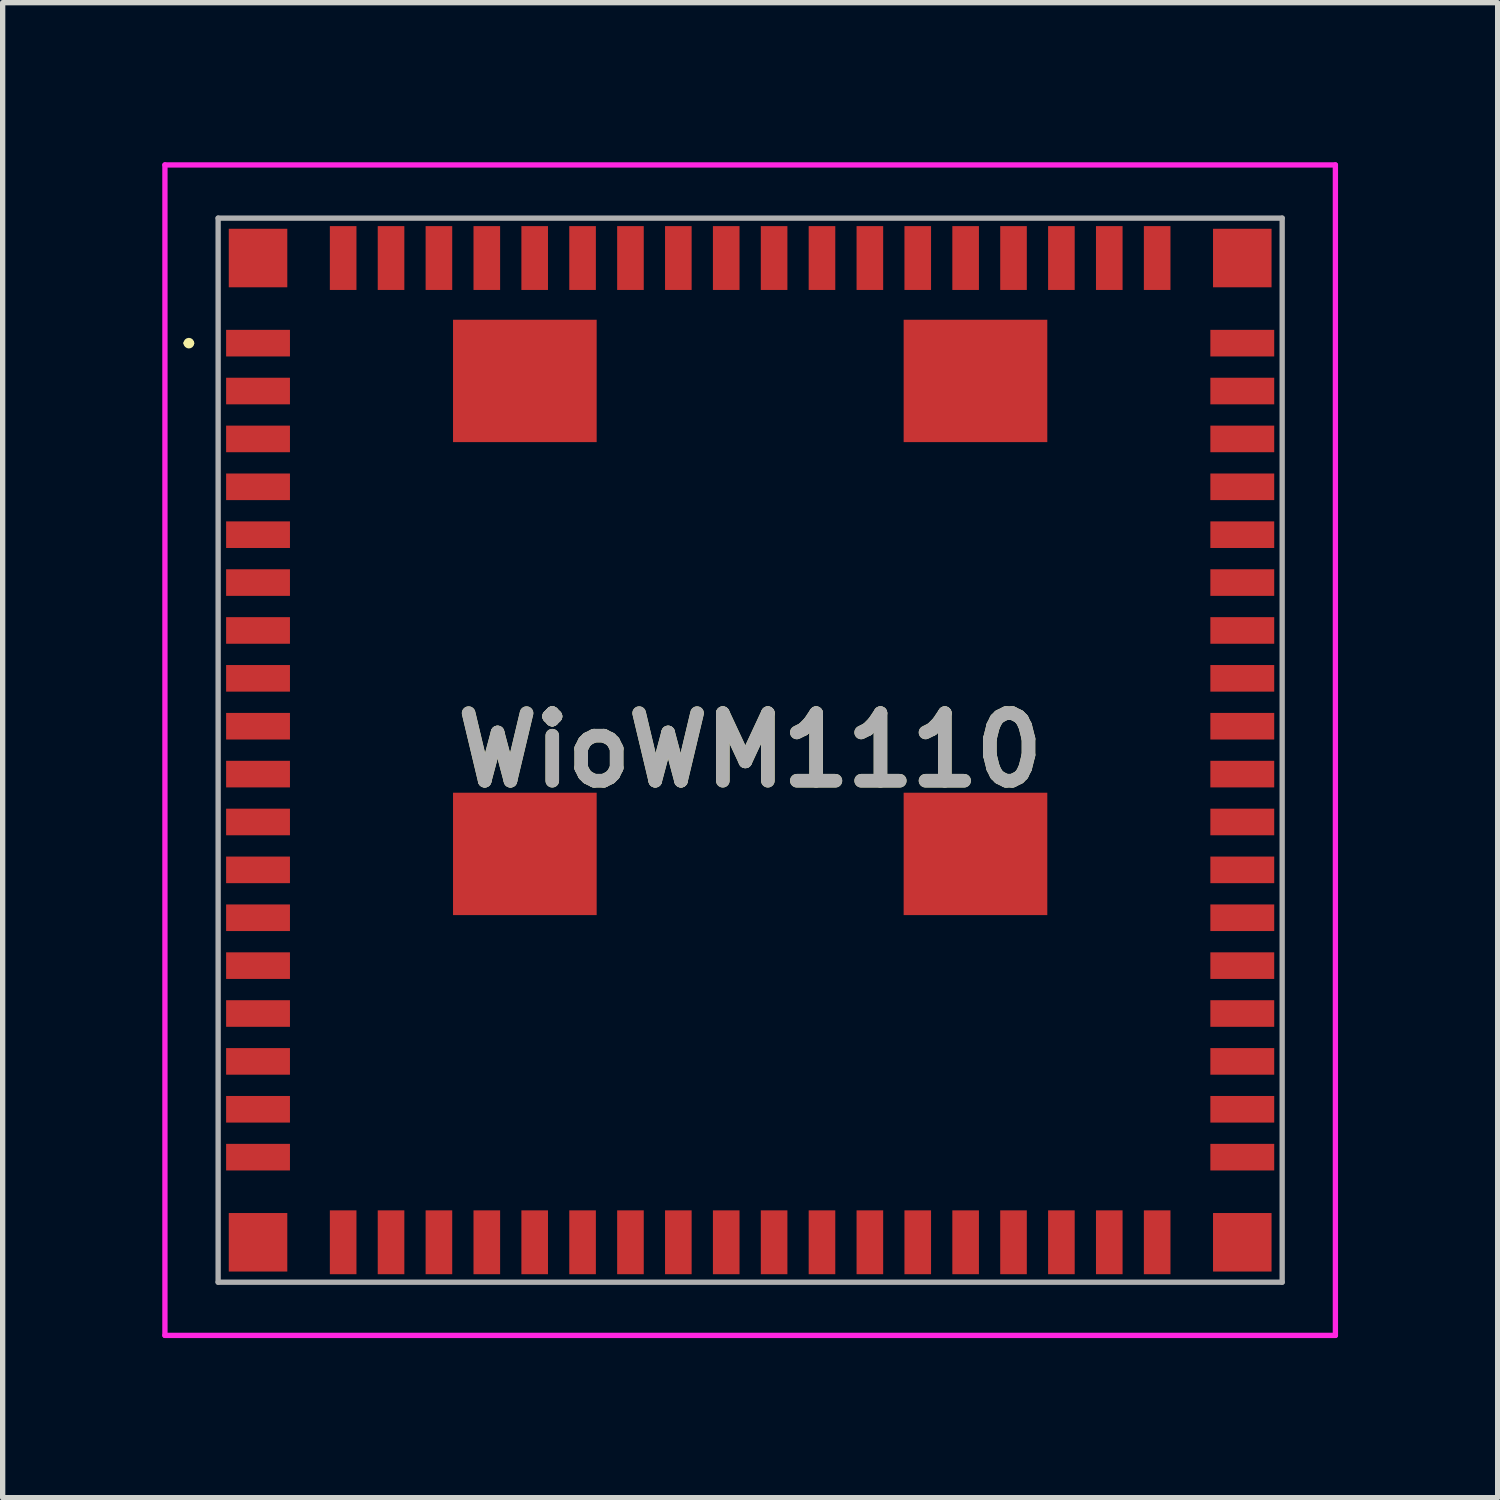
<source format=kicad_pcb>
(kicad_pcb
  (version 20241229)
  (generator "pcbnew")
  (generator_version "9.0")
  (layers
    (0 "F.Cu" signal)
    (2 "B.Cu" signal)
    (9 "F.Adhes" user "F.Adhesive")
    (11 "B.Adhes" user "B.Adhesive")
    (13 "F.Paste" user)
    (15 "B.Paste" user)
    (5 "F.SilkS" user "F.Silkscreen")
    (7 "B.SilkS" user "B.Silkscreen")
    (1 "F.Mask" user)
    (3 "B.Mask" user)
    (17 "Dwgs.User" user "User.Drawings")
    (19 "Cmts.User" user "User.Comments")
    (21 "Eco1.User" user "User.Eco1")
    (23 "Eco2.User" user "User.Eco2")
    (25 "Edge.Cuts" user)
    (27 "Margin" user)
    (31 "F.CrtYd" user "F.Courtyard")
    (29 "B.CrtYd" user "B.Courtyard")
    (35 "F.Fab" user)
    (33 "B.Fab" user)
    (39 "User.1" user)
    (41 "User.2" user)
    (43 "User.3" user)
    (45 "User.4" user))
  (footprint "WioWM1110"
    (layer "F.Cu")
    (at 11.05 11.05)
    (property "Reference" "WioWM1110" (at 0 0 0) (layer "F.SilkS") (effects (font (size 1.27 1.27) (thickness 0.254))))
    (attr smd)
    (fp_line (start -10.6 -7.65) (end -10.6 -7.65) (stroke (width 0.1) (type solid)) (layer "F.SilkS"))
    (fp_line (start -10.5 -7.65) (end -10.5 -7.65) (stroke (width 0.1) (type solid)) (layer "F.SilkS"))
    (fp_arc (start -10.6 -7.65) (mid -10.55 -7.7) (end -10.5 -7.65) (stroke (width 0.1) (type solid)) (layer "F.SilkS"))
    (fp_arc (start -10.5 -7.65) (mid -10.55 -7.6) (end -10.6 -7.65) (stroke (width 0.1) (type solid)) (layer "F.SilkS"))
    (fp_line (start -11 -11) (end 11 -11) (stroke (width 0.1) (type solid)) (layer "F.CrtYd"))
    (fp_line (start -11 11) (end -11 -11) (stroke (width 0.1) (type solid)) (layer "F.CrtYd"))
    (fp_line (start 11 -11) (end 11 11) (stroke (width 0.1) (type solid)) (layer "F.CrtYd"))
    (fp_line (start 11 11) (end -11 11) (stroke (width 0.1) (type solid)) (layer "F.CrtYd"))
    (fp_line (start -10 -10) (end 10 -10) (stroke (width 0.1) (type solid)) (layer "F.Fab"))
    (fp_line (start -10 10) (end -10 -10) (stroke (width 0.1) (type solid)) (layer "F.Fab"))
    (fp_line (start 10 -10) (end 10 10) (stroke (width 0.1) (type solid)) (layer "F.Fab"))
    (fp_line (start 10 10) (end -10 10) (stroke (width 0.1) (type solid)) (layer "F.Fab"))
    (fp_text user "${REFERENCE}" (at 0 0 0) (layer "F.Fab") (effects (font (size 1.27 1.27) (thickness 0.254))))
    (pad "1" smd rect (at -9.25 -7.65 90) (size 0.5 1.2) (layers "F.Cu" "F.Mask" "F.Paste"))
    (pad "2" smd rect (at -9.25 -6.75 90) (size 0.5 1.2) (layers "F.Cu" "F.Mask" "F.Paste"))
    (pad "3" smd rect (at -9.25 -5.85 90) (size 0.5 1.2) (layers "F.Cu" "F.Mask" "F.Paste"))
    (pad "4" smd rect (at -9.25 -4.95 90) (size 0.5 1.2) (layers "F.Cu" "F.Mask" "F.Paste"))
    (pad "5" smd rect (at -9.25 -4.05 90) (size 0.5 1.2) (layers "F.Cu" "F.Mask" "F.Paste"))
    (pad "6" smd rect (at -9.25 -3.15 90) (size 0.5 1.2) (layers "F.Cu" "F.Mask" "F.Paste"))
    (pad "7" smd rect (at -9.25 -2.25 90) (size 0.5 1.2) (layers "F.Cu" "F.Mask" "F.Paste"))
    (pad "8" smd rect (at -9.25 -1.35 90) (size 0.5 1.2) (layers "F.Cu" "F.Mask" "F.Paste"))
    (pad "9" smd rect (at -9.25 -0.45 90) (size 0.5 1.2) (layers "F.Cu" "F.Mask" "F.Paste"))
    (pad "10" smd rect (at -9.25 0.45 90) (size 0.5 1.2) (layers "F.Cu" "F.Mask" "F.Paste"))
    (pad "11" smd rect (at -9.25 1.35 90) (size 0.5 1.2) (layers "F.Cu" "F.Mask" "F.Paste"))
    (pad "12" smd rect (at -9.25 2.25 90) (size 0.5 1.2) (layers "F.Cu" "F.Mask" "F.Paste"))
    (pad "13" smd rect (at -9.25 3.15 90) (size 0.5 1.2) (layers "F.Cu" "F.Mask" "F.Paste"))
    (pad "14" smd rect (at -9.25 4.05 90) (size 0.5 1.2) (layers "F.Cu" "F.Mask" "F.Paste"))
    (pad "15" smd rect (at -9.25 4.95 90) (size 0.5 1.2) (layers "F.Cu" "F.Mask" "F.Paste"))
    (pad "16" smd rect (at -9.25 5.85 90) (size 0.5 1.2) (layers "F.Cu" "F.Mask" "F.Paste"))
    (pad "17" smd rect (at -9.25 6.75 90) (size 0.5 1.2) (layers "F.Cu" "F.Mask" "F.Paste"))
    (pad "18" smd rect (at -9.25 7.65 90) (size 0.5 1.2) (layers "F.Cu" "F.Mask" "F.Paste"))
    (pad "19" smd rect (at -7.65 9.25) (size 0.5 1.2) (layers "F.Cu" "F.Mask" "F.Paste"))
    (pad "20" smd rect (at -6.75 9.25) (size 0.5 1.2) (layers "F.Cu" "F.Mask" "F.Paste"))
    (pad "21" smd rect (at -5.85 9.25) (size 0.5 1.2) (layers "F.Cu" "F.Mask" "F.Paste"))
    (pad "22" smd rect (at -4.95 9.25) (size 0.5 1.2) (layers "F.Cu" "F.Mask" "F.Paste"))
    (pad "23" smd rect (at -4.05 9.25) (size 0.5 1.2) (layers "F.Cu" "F.Mask" "F.Paste"))
    (pad "24" smd rect (at -3.15 9.25) (size 0.5 1.2) (layers "F.Cu" "F.Mask" "F.Paste"))
    (pad "25" smd rect (at -2.25 9.25) (size 0.5 1.2) (layers "F.Cu" "F.Mask" "F.Paste"))
    (pad "26" smd rect (at -1.35 9.25) (size 0.5 1.2) (layers "F.Cu" "F.Mask" "F.Paste"))
    (pad "27" smd rect (at -0.45 9.25) (size 0.5 1.2) (layers "F.Cu" "F.Mask" "F.Paste"))
    (pad "28" smd rect (at 0.45 9.25) (size 0.5 1.2) (layers "F.Cu" "F.Mask" "F.Paste"))
    (pad "29" smd rect (at 1.35 9.25) (size 0.5 1.2) (layers "F.Cu" "F.Mask" "F.Paste"))
    (pad "30" smd rect (at 2.25 9.25) (size 0.5 1.2) (layers "F.Cu" "F.Mask" "F.Paste"))
    (pad "31" smd rect (at 3.15 9.25) (size 0.5 1.2) (layers "F.Cu" "F.Mask" "F.Paste"))
    (pad "32" smd rect (at 4.05 9.25) (size 0.5 1.2) (layers "F.Cu" "F.Mask" "F.Paste"))
    (pad "33" smd rect (at 4.95 9.25) (size 0.5 1.2) (layers "F.Cu" "F.Mask" "F.Paste"))
    (pad "34" smd rect (at 5.85 9.25) (size 0.5 1.2) (layers "F.Cu" "F.Mask" "F.Paste"))
    (pad "35" smd rect (at 6.75 9.25) (size 0.5 1.2) (layers "F.Cu" "F.Mask" "F.Paste"))
    (pad "36" smd rect (at 7.65 9.25) (size 0.5 1.2) (layers "F.Cu" "F.Mask" "F.Paste"))
    (pad "37" smd rect (at 9.25 7.65 90) (size 0.5 1.2) (layers "F.Cu" "F.Mask" "F.Paste"))
    (pad "38" smd rect (at 9.25 6.75 90) (size 0.5 1.2) (layers "F.Cu" "F.Mask" "F.Paste"))
    (pad "39" smd rect (at 9.25 5.85 90) (size 0.5 1.2) (layers "F.Cu" "F.Mask" "F.Paste"))
    (pad "40" smd rect (at 9.25 4.95 90) (size 0.5 1.2) (layers "F.Cu" "F.Mask" "F.Paste"))
    (pad "41" smd rect (at 9.25 4.05 90) (size 0.5 1.2) (layers "F.Cu" "F.Mask" "F.Paste"))
    (pad "42" smd rect (at 9.25 3.15 90) (size 0.5 1.2) (layers "F.Cu" "F.Mask" "F.Paste"))
    (pad "43" smd rect (at 9.25 2.25 90) (size 0.5 1.2) (layers "F.Cu" "F.Mask" "F.Paste"))
    (pad "44" smd rect (at 9.25 1.35 90) (size 0.5 1.2) (layers "F.Cu" "F.Mask" "F.Paste"))
    (pad "45" smd rect (at 9.25 0.45 90) (size 0.5 1.2) (layers "F.Cu" "F.Mask" "F.Paste"))
    (pad "46" smd rect (at 9.25 -0.45 90) (size 0.5 1.2) (layers "F.Cu" "F.Mask" "F.Paste"))
    (pad "47" smd rect (at 9.25 -1.35 90) (size 0.5 1.2) (layers "F.Cu" "F.Mask" "F.Paste"))
    (pad "48" smd rect (at 9.25 -2.25 90) (size 0.5 1.2) (layers "F.Cu" "F.Mask" "F.Paste"))
    (pad "49" smd rect (at 9.25 -3.15 90) (size 0.5 1.2) (layers "F.Cu" "F.Mask" "F.Paste"))
    (pad "50" smd rect (at 9.25 -4.05 90) (size 0.5 1.2) (layers "F.Cu" "F.Mask" "F.Paste"))
    (pad "51" smd rect (at 9.25 -4.95 90) (size 0.5 1.2) (layers "F.Cu" "F.Mask" "F.Paste"))
    (pad "52" smd rect (at 9.25 -5.85 90) (size 0.5 1.2) (layers "F.Cu" "F.Mask" "F.Paste"))
    (pad "53" smd rect (at 9.25 -6.75 90) (size 0.5 1.2) (layers "F.Cu" "F.Mask" "F.Paste"))
    (pad "54" smd rect (at 9.25 -7.65 90) (size 0.5 1.2) (layers "F.Cu" "F.Mask" "F.Paste"))
    (pad "55" smd rect (at 7.65 -9.25) (size 0.5 1.2) (layers "F.Cu" "F.Mask" "F.Paste"))
    (pad "56" smd rect (at 6.75 -9.25) (size 0.5 1.2) (layers "F.Cu" "F.Mask" "F.Paste"))
    (pad "57" smd rect (at 5.85 -9.25) (size 0.5 1.2) (layers "F.Cu" "F.Mask" "F.Paste"))
    (pad "58" smd rect (at 4.95 -9.25) (size 0.5 1.2) (layers "F.Cu" "F.Mask" "F.Paste"))
    (pad "59" smd rect (at 4.05 -9.25) (size 0.5 1.2) (layers "F.Cu" "F.Mask" "F.Paste"))
    (pad "60" smd rect (at 3.15 -9.25) (size 0.5 1.2) (layers "F.Cu" "F.Mask" "F.Paste"))
    (pad "61" smd rect (at 2.25 -9.25) (size 0.5 1.2) (layers "F.Cu" "F.Mask" "F.Paste"))
    (pad "62" smd rect (at 1.35 -9.25) (size 0.5 1.2) (layers "F.Cu" "F.Mask" "F.Paste"))
    (pad "63" smd rect (at 0.45 -9.25) (size 0.5 1.2) (layers "F.Cu" "F.Mask" "F.Paste"))
    (pad "64" smd rect (at -0.45 -9.25) (size 0.5 1.2) (layers "F.Cu" "F.Mask" "F.Paste"))
    (pad "65" smd rect (at -1.35 -9.25) (size 0.5 1.2) (layers "F.Cu" "F.Mask" "F.Paste"))
    (pad "66" smd rect (at -2.25 -9.25) (size 0.5 1.2) (layers "F.Cu" "F.Mask" "F.Paste"))
    (pad "67" smd rect (at -3.15 -9.25) (size 0.5 1.2) (layers "F.Cu" "F.Mask" "F.Paste"))
    (pad "68" smd rect (at -4.05 -9.25) (size 0.5 1.2) (layers "F.Cu" "F.Mask" "F.Paste"))
    (pad "69" smd rect (at -4.95 -9.25) (size 0.5 1.2) (layers "F.Cu" "F.Mask" "F.Paste"))
    (pad "70" smd rect (at -5.85 -9.25) (size 0.5 1.2) (layers "F.Cu" "F.Mask" "F.Paste"))
    (pad "71" smd rect (at -6.75 -9.25) (size 0.5 1.2) (layers "F.Cu" "F.Mask" "F.Paste"))
    (pad "72" smd rect (at -7.65 -9.25) (size 0.5 1.2) (layers "F.Cu" "F.Mask" "F.Paste"))
    (pad "73" smd rect (at -9.25 -9.25 90) (size 1.1 1.1) (layers "F.Cu" "F.Mask" "F.Paste"))
    (pad "74" smd rect (at -9.25 9.25 90) (size 1.1 1.1) (layers "F.Cu" "F.Mask" "F.Paste"))
    (pad "75" smd rect (at 9.25 9.25 90) (size 1.1 1.1) (layers "F.Cu" "F.Mask" "F.Paste"))
    (pad "76" smd rect (at 9.25 -9.25 90) (size 1.1 1.1) (layers "F.Cu" "F.Mask" "F.Paste"))
    (pad "77" smd rect (at -4.235 -6.94 90) (size 2.3 2.7) (layers "F.Cu" "F.Mask" "F.Paste"))
    (pad "78" smd rect (at -4.235 1.95 90) (size 2.3 2.7) (layers "F.Cu" "F.Mask" "F.Paste"))
    (pad "79" smd rect (at 4.235 1.95 90) (size 2.3 2.7) (layers "F.Cu" "F.Mask" "F.Paste"))
    (pad "80" smd rect (at 4.235 -6.94 90) (size 2.3 2.7) (layers "F.Cu" "F.Mask" "F.Paste")))
  (gr_rect
    (start -3 -3)
    (end 25.1 25.1)
    (stroke (width 0.1) (type default))
    (fill no)
    (layer "Edge.Cuts")))
</source>
